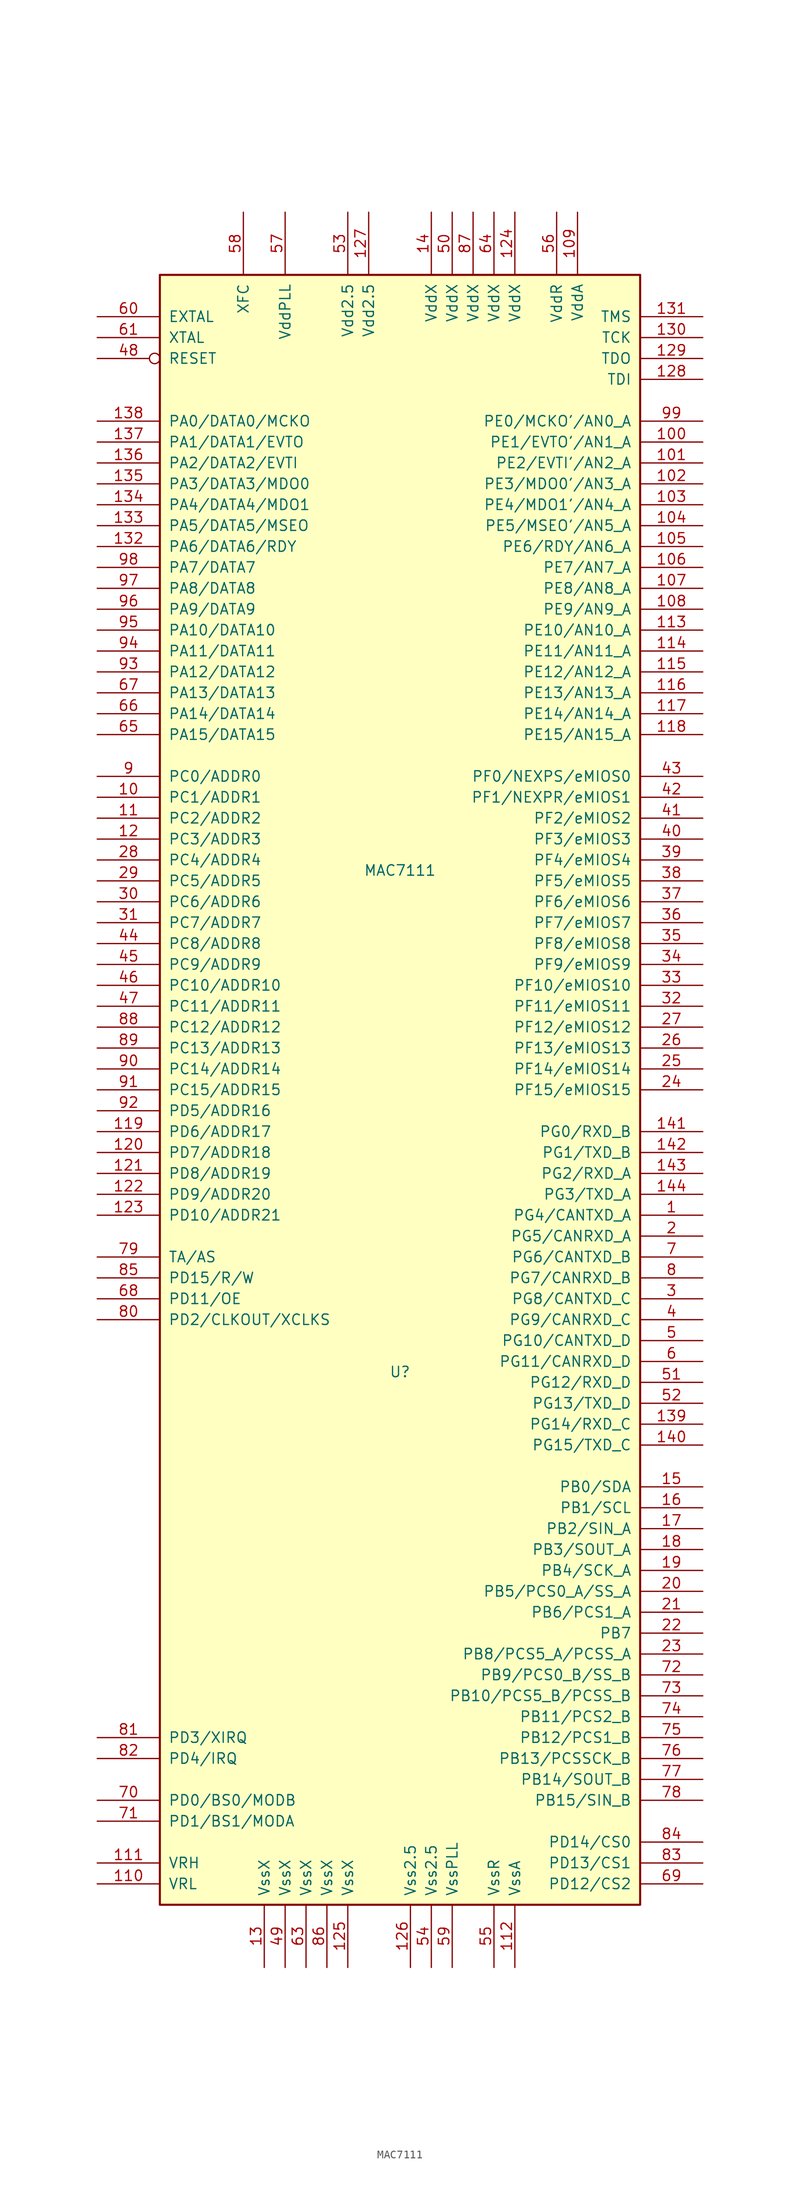
<source format=kicad_sym>
(kicad_symbol_lib
  (version 20201005)
  (generator kicad_symbol_editor)
  (symbol "MCU_NXP_MAC7100:MAC7111"
    (pin_names
      (offset 1.016))
    (property "Reference" "U"
      (at -1.27 -44.45 0)
      (effects (font (size 1.27 1.27))))
    (property "Value" "MAC7111"
      (at -1.27 16.51 0)
      (effects (font (size 1.27 1.27))))
    (symbol "MAC7111_0_1"
      (rectangle (start 27.94 -109.22) (end -30.48 88.9) (stroke (width 0.254)) (fill (type background))))
    (symbol "MAC7111_1_1"
      (pin bidirectional line (at 35.56 -25.4 180) (length 7.62) (name "PG4/CANTXD_A" (effects (font (size 1.27 1.27)))) (number "1" (effects (font (size 1.27 1.27)))))
      (pin bidirectional line (at -38.1 25.4 0) (length 7.62) (name "PC1/ADDR1" (effects (font (size 1.27 1.27)))) (number "10" (effects (font (size 1.27 1.27)))))
      (pin bidirectional line (at 35.56 68.58 180) (length 7.62) (name "PE1/EVTO'/AN1_A" (effects (font (size 1.27 1.27)))) (number "100" (effects (font (size 1.27 1.27)))))
      (pin bidirectional line (at 35.56 66.04 180) (length 7.62) (name "PE2/EVTI'/AN2_A" (effects (font (size 1.27 1.27)))) (number "101" (effects (font (size 1.27 1.27)))))
      (pin bidirectional line (at 35.56 63.5 180) (length 7.62) (name "PE3/MDO0'/AN3_A" (effects (font (size 1.27 1.27)))) (number "102" (effects (font (size 1.27 1.27)))))
      (pin bidirectional line (at 35.56 60.96 180) (length 7.62) (name "PE4/MDO1'/AN4_A" (effects (font (size 1.27 1.27)))) (number "103" (effects (font (size 1.27 1.27)))))
      (pin bidirectional line (at 35.56 58.42 180) (length 7.62) (name "PE5/MSEO'/AN5_A" (effects (font (size 1.27 1.27)))) (number "104" (effects (font (size 1.27 1.27)))))
      (pin bidirectional line (at 35.56 55.88 180) (length 7.62) (name "PE6/RDY/AN6_A" (effects (font (size 1.27 1.27)))) (number "105" (effects (font (size 1.27 1.27)))))
      (pin bidirectional line (at 35.56 53.34 180) (length 7.62) (name "PE7/AN7_A" (effects (font (size 1.27 1.27)))) (number "106" (effects (font (size 1.27 1.27)))))
      (pin bidirectional line (at 35.56 50.8 180) (length 7.62) (name "PE8/AN8_A" (effects (font (size 1.27 1.27)))) (number "107" (effects (font (size 1.27 1.27)))))
      (pin bidirectional line (at 35.56 48.26 180) (length 7.62) (name "PE9/AN9_A" (effects (font (size 1.27 1.27)))) (number "108" (effects (font (size 1.27 1.27)))))
      (pin power_in line (at 20.32 96.52 270) (length 7.62) (name "VddA" (effects (font (size 1.27 1.27)))) (number "109" (effects (font (size 1.27 1.27)))))
      (pin bidirectional line (at -38.1 22.86 0) (length 7.62) (name "PC2/ADDR2" (effects (font (size 1.27 1.27)))) (number "11" (effects (font (size 1.27 1.27)))))
      (pin passive line (at -38.1 -106.68 0) (length 7.62) (name "VRL" (effects (font (size 1.27 1.27)))) (number "110" (effects (font (size 1.27 1.27)))))
      (pin passive line (at -38.1 -104.14 0) (length 7.62) (name "VRH" (effects (font (size 1.27 1.27)))) (number "111" (effects (font (size 1.27 1.27)))))
      (pin power_in line (at 12.7 -116.84 90) (length 7.62) (name "VssA" (effects (font (size 1.27 1.27)))) (number "112" (effects (font (size 1.27 1.27)))))
      (pin bidirectional line (at 35.56 45.72 180) (length 7.62) (name "PE10/AN10_A" (effects (font (size 1.27 1.27)))) (number "113" (effects (font (size 1.27 1.27)))))
      (pin bidirectional line (at 35.56 43.18 180) (length 7.62) (name "PE11/AN11_A" (effects (font (size 1.27 1.27)))) (number "114" (effects (font (size 1.27 1.27)))))
      (pin bidirectional line (at 35.56 40.64 180) (length 7.62) (name "PE12/AN12_A" (effects (font (size 1.27 1.27)))) (number "115" (effects (font (size 1.27 1.27)))))
      (pin bidirectional line (at 35.56 38.1 180) (length 7.62) (name "PE13/AN13_A" (effects (font (size 1.27 1.27)))) (number "116" (effects (font (size 1.27 1.27)))))
      (pin bidirectional line (at 35.56 35.56 180) (length 7.62) (name "PE14/AN14_A" (effects (font (size 1.27 1.27)))) (number "117" (effects (font (size 1.27 1.27)))))
      (pin bidirectional line (at 35.56 33.02 180) (length 7.62) (name "PE15/AN15_A" (effects (font (size 1.27 1.27)))) (number "118" (effects (font (size 1.27 1.27)))))
      (pin bidirectional line (at -38.1 -15.24 0) (length 7.62) (name "PD6/ADDR17" (effects (font (size 1.27 1.27)))) (number "119" (effects (font (size 1.27 1.27)))))
      (pin bidirectional line (at -38.1 20.32 0) (length 7.62) (name "PC3/ADDR3" (effects (font (size 1.27 1.27)))) (number "12" (effects (font (size 1.27 1.27)))))
      (pin bidirectional line (at -38.1 -17.78 0) (length 7.62) (name "PD7/ADDR18" (effects (font (size 1.27 1.27)))) (number "120" (effects (font (size 1.27 1.27)))))
      (pin bidirectional line (at -38.1 -20.32 0) (length 7.62) (name "PD8/ADDR19" (effects (font (size 1.27 1.27)))) (number "121" (effects (font (size 1.27 1.27)))))
      (pin bidirectional line (at -38.1 -22.86 0) (length 7.62) (name "PD9/ADDR20" (effects (font (size 1.27 1.27)))) (number "122" (effects (font (size 1.27 1.27)))))
      (pin bidirectional line (at -38.1 -25.4 0) (length 7.62) (name "PD10/ADDR21" (effects (font (size 1.27 1.27)))) (number "123" (effects (font (size 1.27 1.27)))))
      (pin power_in line (at 12.7 96.52 270) (length 7.62) (name "VddX" (effects (font (size 1.27 1.27)))) (number "124" (effects (font (size 1.27 1.27)))))
      (pin power_in line (at -7.62 -116.84 90) (length 7.62) (name "VssX" (effects (font (size 1.27 1.27)))) (number "125" (effects (font (size 1.27 1.27)))))
      (pin power_in line (at 0 -116.84 90) (length 7.62) (name "Vss2.5" (effects (font (size 1.27 1.27)))) (number "126" (effects (font (size 1.27 1.27)))))
      (pin power_in line (at -5.08 96.52 270) (length 7.62) (name "Vdd2.5" (effects (font (size 1.27 1.27)))) (number "127" (effects (font (size 1.27 1.27)))))
      (pin input line (at 35.56 76.2 180) (length 7.62) (name "TDI" (effects (font (size 1.27 1.27)))) (number "128" (effects (font (size 1.27 1.27)))))
      (pin output line (at 35.56 78.74 180) (length 7.62) (name "TDO" (effects (font (size 1.27 1.27)))) (number "129" (effects (font (size 1.27 1.27)))))
      (pin power_in line (at -17.78 -116.84 90) (length 7.62) (name "VssX" (effects (font (size 1.27 1.27)))) (number "13" (effects (font (size 1.27 1.27)))))
      (pin input line (at 35.56 81.28 180) (length 7.62) (name "TCK" (effects (font (size 1.27 1.27)))) (number "130" (effects (font (size 1.27 1.27)))))
      (pin input line (at 35.56 83.82 180) (length 7.62) (name "TMS" (effects (font (size 1.27 1.27)))) (number "131" (effects (font (size 1.27 1.27)))))
      (pin bidirectional line (at -38.1 55.88 0) (length 7.62) (name "PA6/DATA6/RDY" (effects (font (size 1.27 1.27)))) (number "132" (effects (font (size 1.27 1.27)))))
      (pin bidirectional line (at -38.1 58.42 0) (length 7.62) (name "PA5/DATA5/MSEO" (effects (font (size 1.27 1.27)))) (number "133" (effects (font (size 1.27 1.27)))))
      (pin bidirectional line (at -38.1 60.96 0) (length 7.62) (name "PA4/DATA4/MDO1" (effects (font (size 1.27 1.27)))) (number "134" (effects (font (size 1.27 1.27)))))
      (pin bidirectional line (at -38.1 63.5 0) (length 7.62) (name "PA3/DATA3/MDO0" (effects (font (size 1.27 1.27)))) (number "135" (effects (font (size 1.27 1.27)))))
      (pin bidirectional line (at -38.1 66.04 0) (length 7.62) (name "PA2/DATA2/EVTI" (effects (font (size 1.27 1.27)))) (number "136" (effects (font (size 1.27 1.27)))))
      (pin bidirectional line (at -38.1 68.58 0) (length 7.62) (name "PA1/DATA1/EVTO" (effects (font (size 1.27 1.27)))) (number "137" (effects (font (size 1.27 1.27)))))
      (pin bidirectional line (at -38.1 71.12 0) (length 7.62) (name "PA0/DATA0/MCKO" (effects (font (size 1.27 1.27)))) (number "138" (effects (font (size 1.27 1.27)))))
      (pin bidirectional line (at 35.56 -50.8 180) (length 7.62) (name "PG14/RXD_C" (effects (font (size 1.27 1.27)))) (number "139" (effects (font (size 1.27 1.27)))))
      (pin power_in line (at 2.54 96.52 270) (length 7.62) (name "VddX" (effects (font (size 1.27 1.27)))) (number "14" (effects (font (size 1.27 1.27)))))
      (pin bidirectional line (at 35.56 -53.34 180) (length 7.62) (name "PG15/TXD_C" (effects (font (size 1.27 1.27)))) (number "140" (effects (font (size 1.27 1.27)))))
      (pin bidirectional line (at 35.56 -15.24 180) (length 7.62) (name "PG0/RXD_B" (effects (font (size 1.27 1.27)))) (number "141" (effects (font (size 1.27 1.27)))))
      (pin bidirectional line (at 35.56 -17.78 180) (length 7.62) (name "PG1/TXD_B" (effects (font (size 1.27 1.27)))) (number "142" (effects (font (size 1.27 1.27)))))
      (pin bidirectional line (at 35.56 -20.32 180) (length 7.62) (name "PG2/RXD_A" (effects (font (size 1.27 1.27)))) (number "143" (effects (font (size 1.27 1.27)))))
      (pin bidirectional line (at 35.56 -22.86 180) (length 7.62) (name "PG3/TXD_A" (effects (font (size 1.27 1.27)))) (number "144" (effects (font (size 1.27 1.27)))))
      (pin bidirectional line (at 35.56 -58.42 180) (length 7.62) (name "PB0/SDA" (effects (font (size 1.27 1.27)))) (number "15" (effects (font (size 1.27 1.27)))))
      (pin bidirectional line (at 35.56 -60.96 180) (length 7.62) (name "PB1/SCL" (effects (font (size 1.27 1.27)))) (number "16" (effects (font (size 1.27 1.27)))))
      (pin bidirectional line (at 35.56 -63.5 180) (length 7.62) (name "PB2/SIN_A" (effects (font (size 1.27 1.27)))) (number "17" (effects (font (size 1.27 1.27)))))
      (pin bidirectional line (at 35.56 -66.04 180) (length 7.62) (name "PB3/SOUT_A" (effects (font (size 1.27 1.27)))) (number "18" (effects (font (size 1.27 1.27)))))
      (pin bidirectional line (at 35.56 -68.58 180) (length 7.62) (name "PB4/SCK_A" (effects (font (size 1.27 1.27)))) (number "19" (effects (font (size 1.27 1.27)))))
      (pin bidirectional line (at 35.56 -27.94 180) (length 7.62) (name "PG5/CANRXD_A" (effects (font (size 1.27 1.27)))) (number "2" (effects (font (size 1.27 1.27)))))
      (pin bidirectional line (at 35.56 -71.12 180) (length 7.62) (name "PB5/PCS0_A/SS_A" (effects (font (size 1.27 1.27)))) (number "20" (effects (font (size 1.27 1.27)))))
      (pin bidirectional line (at 35.56 -73.66 180) (length 7.62) (name "PB6/PCS1_A" (effects (font (size 1.27 1.27)))) (number "21" (effects (font (size 1.27 1.27)))))
      (pin bidirectional line (at 35.56 -76.2 180) (length 7.62) (name "PB7" (effects (font (size 1.27 1.27)))) (number "22" (effects (font (size 1.27 1.27)))))
      (pin bidirectional line (at 35.56 -78.74 180) (length 7.62) (name "PB8/PCS5_A/PCSS_A" (effects (font (size 1.27 1.27)))) (number "23" (effects (font (size 1.27 1.27)))))
      (pin bidirectional line (at 35.56 -10.16 180) (length 7.62) (name "PF15/eMIOS15" (effects (font (size 1.27 1.27)))) (number "24" (effects (font (size 1.27 1.27)))))
      (pin bidirectional line (at 35.56 -7.62 180) (length 7.62) (name "PF14/eMIOS14" (effects (font (size 1.27 1.27)))) (number "25" (effects (font (size 1.27 1.27)))))
      (pin bidirectional line (at 35.56 -5.08 180) (length 7.62) (name "PF13/eMIOS13" (effects (font (size 1.27 1.27)))) (number "26" (effects (font (size 1.27 1.27)))))
      (pin bidirectional line (at 35.56 -2.54 180) (length 7.62) (name "PF12/eMIOS12" (effects (font (size 1.27 1.27)))) (number "27" (effects (font (size 1.27 1.27)))))
      (pin bidirectional line (at -38.1 17.78 0) (length 7.62) (name "PC4/ADDR4" (effects (font (size 1.27 1.27)))) (number "28" (effects (font (size 1.27 1.27)))))
      (pin bidirectional line (at -38.1 15.24 0) (length 7.62) (name "PC5/ADDR5" (effects (font (size 1.27 1.27)))) (number "29" (effects (font (size 1.27 1.27)))))
      (pin bidirectional line (at 35.56 -35.56 180) (length 7.62) (name "PG8/CANTXD_C" (effects (font (size 1.27 1.27)))) (number "3" (effects (font (size 1.27 1.27)))))
      (pin bidirectional line (at -38.1 12.7 0) (length 7.62) (name "PC6/ADDR6" (effects (font (size 1.27 1.27)))) (number "30" (effects (font (size 1.27 1.27)))))
      (pin bidirectional line (at -38.1 10.16 0) (length 7.62) (name "PC7/ADDR7" (effects (font (size 1.27 1.27)))) (number "31" (effects (font (size 1.27 1.27)))))
      (pin bidirectional line (at 35.56 0 180) (length 7.62) (name "PF11/eMIOS11" (effects (font (size 1.27 1.27)))) (number "32" (effects (font (size 1.27 1.27)))))
      (pin bidirectional line (at 35.56 2.54 180) (length 7.62) (name "PF10/eMIOS10" (effects (font (size 1.27 1.27)))) (number "33" (effects (font (size 1.27 1.27)))))
      (pin bidirectional line (at 35.56 5.08 180) (length 7.62) (name "PF9/eMIOS9" (effects (font (size 1.27 1.27)))) (number "34" (effects (font (size 1.27 1.27)))))
      (pin bidirectional line (at 35.56 7.62 180) (length 7.62) (name "PF8/eMIOS8" (effects (font (size 1.27 1.27)))) (number "35" (effects (font (size 1.27 1.27)))))
      (pin bidirectional line (at 35.56 10.16 180) (length 7.62) (name "PF7/eMIOS7" (effects (font (size 1.27 1.27)))) (number "36" (effects (font (size 1.27 1.27)))))
      (pin bidirectional line (at 35.56 12.7 180) (length 7.62) (name "PF6/eMIOS6" (effects (font (size 1.27 1.27)))) (number "37" (effects (font (size 1.27 1.27)))))
      (pin bidirectional line (at 35.56 15.24 180) (length 7.62) (name "PF5/eMIOS5" (effects (font (size 1.27 1.27)))) (number "38" (effects (font (size 1.27 1.27)))))
      (pin bidirectional line (at 35.56 17.78 180) (length 7.62) (name "PF4/eMIOS4" (effects (font (size 1.27 1.27)))) (number "39" (effects (font (size 1.27 1.27)))))
      (pin bidirectional line (at 35.56 -38.1 180) (length 7.62) (name "PG9/CANRXD_C" (effects (font (size 1.27 1.27)))) (number "4" (effects (font (size 1.27 1.27)))))
      (pin bidirectional line (at 35.56 20.32 180) (length 7.62) (name "PF3/eMIOS3" (effects (font (size 1.27 1.27)))) (number "40" (effects (font (size 1.27 1.27)))))
      (pin bidirectional line (at 35.56 22.86 180) (length 7.62) (name "PF2/eMIOS2" (effects (font (size 1.27 1.27)))) (number "41" (effects (font (size 1.27 1.27)))))
      (pin bidirectional line (at 35.56 25.4 180) (length 7.62) (name "PF1/NEXPR/eMIOS1" (effects (font (size 1.27 1.27)))) (number "42" (effects (font (size 1.27 1.27)))))
      (pin bidirectional line (at 35.56 27.94 180) (length 7.62) (name "PF0/NEXPS/eMIOS0" (effects (font (size 1.27 1.27)))) (number "43" (effects (font (size 1.27 1.27)))))
      (pin bidirectional line (at -38.1 7.62 0) (length 7.62) (name "PC8/ADDR8" (effects (font (size 1.27 1.27)))) (number "44" (effects (font (size 1.27 1.27)))))
      (pin bidirectional line (at -38.1 5.08 0) (length 7.62) (name "PC9/ADDR9" (effects (font (size 1.27 1.27)))) (number "45" (effects (font (size 1.27 1.27)))))
      (pin bidirectional line (at -38.1 2.54 0) (length 7.62) (name "PC10/ADDR10" (effects (font (size 1.27 1.27)))) (number "46" (effects (font (size 1.27 1.27)))))
      (pin bidirectional line (at -38.1 0 0) (length 7.62) (name "PC11/ADDR11" (effects (font (size 1.27 1.27)))) (number "47" (effects (font (size 1.27 1.27)))))
      (pin bidirectional inverted (at -38.1 78.74 0) (length 7.62) (name "RESET" (effects (font (size 1.27 1.27)))) (number "48" (effects (font (size 1.27 1.27)))))
      (pin power_in line (at -15.24 -116.84 90) (length 7.62) (name "VssX" (effects (font (size 1.27 1.27)))) (number "49" (effects (font (size 1.27 1.27)))))
      (pin bidirectional line (at 35.56 -40.64 180) (length 7.62) (name "PG10/CANTXD_D" (effects (font (size 1.27 1.27)))) (number "5" (effects (font (size 1.27 1.27)))))
      (pin power_in line (at 5.08 96.52 270) (length 7.62) (name "VddX" (effects (font (size 1.27 1.27)))) (number "50" (effects (font (size 1.27 1.27)))))
      (pin bidirectional line (at 35.56 -45.72 180) (length 7.62) (name "PG12/RXD_D" (effects (font (size 1.27 1.27)))) (number "51" (effects (font (size 1.27 1.27)))))
      (pin bidirectional line (at 35.56 -48.26 180) (length 7.62) (name "PG13/TXD_D" (effects (font (size 1.27 1.27)))) (number "52" (effects (font (size 1.27 1.27)))))
      (pin passive line (at -7.62 96.52 270) (length 7.62) (name "Vdd2.5" (effects (font (size 1.27 1.27)))) (number "53" (effects (font (size 1.27 1.27)))))
      (pin power_in line (at 2.54 -116.84 90) (length 7.62) (name "Vss2.5" (effects (font (size 1.27 1.27)))) (number "54" (effects (font (size 1.27 1.27)))))
      (pin power_in line (at 10.16 -116.84 90) (length 7.62) (name "VssR" (effects (font (size 1.27 1.27)))) (number "55" (effects (font (size 1.27 1.27)))))
      (pin power_in line (at 17.78 96.52 270) (length 7.62) (name "VddR" (effects (font (size 1.27 1.27)))) (number "56" (effects (font (size 1.27 1.27)))))
      (pin passive line (at -15.24 96.52 270) (length 7.62) (name "VddPLL" (effects (font (size 1.27 1.27)))) (number "57" (effects (font (size 1.27 1.27)))))
      (pin bidirectional line (at -20.32 96.52 270) (length 7.62) (name "XFC" (effects (font (size 1.27 1.27)))) (number "58" (effects (font (size 1.27 1.27)))))
      (pin passive line (at 5.08 -116.84 90) (length 7.62) (name "VssPLL" (effects (font (size 1.27 1.27)))) (number "59" (effects (font (size 1.27 1.27)))))
      (pin bidirectional line (at 35.56 -43.18 180) (length 7.62) (name "PG11/CANRXD_D" (effects (font (size 1.27 1.27)))) (number "6" (effects (font (size 1.27 1.27)))))
      (pin input line (at -38.1 83.82 0) (length 7.62) (name "EXTAL" (effects (font (size 1.27 1.27)))) (number "60" (effects (font (size 1.27 1.27)))))
      (pin output line (at -38.1 81.28 0) (length 7.62) (name "XTAL" (effects (font (size 1.27 1.27)))) (number "61" (effects (font (size 1.27 1.27)))))
      (pin power_in line (at -12.7 -116.84 90) (length 7.62) (name "VssX" (effects (font (size 1.27 1.27)))) (number "63" (effects (font (size 1.27 1.27)))))
      (pin power_in line (at 10.16 96.52 270) (length 7.62) (name "VddX" (effects (font (size 1.27 1.27)))) (number "64" (effects (font (size 1.27 1.27)))))
      (pin bidirectional line (at -38.1 33.02 0) (length 7.62) (name "PA15/DATA15" (effects (font (size 1.27 1.27)))) (number "65" (effects (font (size 1.27 1.27)))))
      (pin bidirectional line (at -38.1 35.56 0) (length 7.62) (name "PA14/DATA14" (effects (font (size 1.27 1.27)))) (number "66" (effects (font (size 1.27 1.27)))))
      (pin bidirectional line (at -38.1 38.1 0) (length 7.62) (name "PA13/DATA13" (effects (font (size 1.27 1.27)))) (number "67" (effects (font (size 1.27 1.27)))))
      (pin bidirectional line (at -38.1 -35.56 0) (length 7.62) (name "PD11/OE" (effects (font (size 1.27 1.27)))) (number "68" (effects (font (size 1.27 1.27)))))
      (pin bidirectional line (at 35.56 -106.68 180) (length 7.62) (name "PD12/CS2" (effects (font (size 1.27 1.27)))) (number "69" (effects (font (size 1.27 1.27)))))
      (pin bidirectional line (at 35.56 -30.48 180) (length 7.62) (name "PG6/CANTXD_B" (effects (font (size 1.27 1.27)))) (number "7" (effects (font (size 1.27 1.27)))))
      (pin bidirectional line (at -38.1 -96.52 0) (length 7.62) (name "PD0/BS0/MODB" (effects (font (size 1.27 1.27)))) (number "70" (effects (font (size 1.27 1.27)))))
      (pin bidirectional line (at -38.1 -99.06 0) (length 7.62) (name "PD1/BS1/MODA" (effects (font (size 1.27 1.27)))) (number "71" (effects (font (size 1.27 1.27)))))
      (pin bidirectional line (at 35.56 -81.28 180) (length 7.62) (name "PB9/PCS0_B/SS_B" (effects (font (size 1.27 1.27)))) (number "72" (effects (font (size 1.27 1.27)))))
      (pin bidirectional line (at 35.56 -83.82 180) (length 7.62) (name "PB10/PCS5_B/PCSS_B" (effects (font (size 1.27 1.27)))) (number "73" (effects (font (size 1.27 1.27)))))
      (pin bidirectional line (at 35.56 -86.36 180) (length 7.62) (name "PB11/PCS2_B" (effects (font (size 1.27 1.27)))) (number "74" (effects (font (size 1.27 1.27)))))
      (pin bidirectional line (at 35.56 -88.9 180) (length 7.62) (name "PB12/PCS1_B" (effects (font (size 1.27 1.27)))) (number "75" (effects (font (size 1.27 1.27)))))
      (pin bidirectional line (at 35.56 -91.44 180) (length 7.62) (name "PB13/PCSSCK_B" (effects (font (size 1.27 1.27)))) (number "76" (effects (font (size 1.27 1.27)))))
      (pin bidirectional line (at 35.56 -93.98 180) (length 7.62) (name "PB14/SOUT_B" (effects (font (size 1.27 1.27)))) (number "77" (effects (font (size 1.27 1.27)))))
      (pin bidirectional line (at 35.56 -96.52 180) (length 7.62) (name "PB15/SIN_B" (effects (font (size 1.27 1.27)))) (number "78" (effects (font (size 1.27 1.27)))))
      (pin bidirectional line (at -38.1 -30.48 0) (length 7.62) (name "TA/AS" (effects (font (size 1.27 1.27)))) (number "79" (effects (font (size 1.27 1.27)))))
      (pin bidirectional line (at 35.56 -33.02 180) (length 7.62) (name "PG7/CANRXD_B" (effects (font (size 1.27 1.27)))) (number "8" (effects (font (size 1.27 1.27)))))
      (pin bidirectional line (at -38.1 -38.1 0) (length 7.62) (name "PD2/CLKOUT/XCLKS" (effects (font (size 1.27 1.27)))) (number "80" (effects (font (size 1.27 1.27)))))
      (pin bidirectional line (at -38.1 -88.9 0) (length 7.62) (name "PD3/XIRQ" (effects (font (size 1.27 1.27)))) (number "81" (effects (font (size 1.27 1.27)))))
      (pin bidirectional line (at -38.1 -91.44 0) (length 7.62) (name "PD4/IRQ" (effects (font (size 1.27 1.27)))) (number "82" (effects (font (size 1.27 1.27)))))
      (pin bidirectional line (at 35.56 -104.14 180) (length 7.62) (name "PD13/CS1" (effects (font (size 1.27 1.27)))) (number "83" (effects (font (size 1.27 1.27)))))
      (pin bidirectional line (at 35.56 -101.6 180) (length 7.62) (name "PD14/CS0" (effects (font (size 1.27 1.27)))) (number "84" (effects (font (size 1.27 1.27)))))
      (pin bidirectional line (at -38.1 -33.02 0) (length 7.62) (name "PD15/R/W" (effects (font (size 1.27 1.27)))) (number "85" (effects (font (size 1.27 1.27)))))
      (pin power_in line (at -10.16 -116.84 90) (length 7.62) (name "VssX" (effects (font (size 1.27 1.27)))) (number "86" (effects (font (size 1.27 1.27)))))
      (pin power_in line (at 7.62 96.52 270) (length 7.62) (name "VddX" (effects (font (size 1.27 1.27)))) (number "87" (effects (font (size 1.27 1.27)))))
      (pin bidirectional line (at -38.1 -2.54 0) (length 7.62) (name "PC12/ADDR12" (effects (font (size 1.27 1.27)))) (number "88" (effects (font (size 1.27 1.27)))))
      (pin bidirectional line (at -38.1 -5.08 0) (length 7.62) (name "PC13/ADDR13" (effects (font (size 1.27 1.27)))) (number "89" (effects (font (size 1.27 1.27)))))
      (pin bidirectional line (at -38.1 27.94 0) (length 7.62) (name "PC0/ADDR0" (effects (font (size 1.27 1.27)))) (number "9" (effects (font (size 1.27 1.27)))))
      (pin bidirectional line (at -38.1 -7.62 0) (length 7.62) (name "PC14/ADDR14" (effects (font (size 1.27 1.27)))) (number "90" (effects (font (size 1.27 1.27)))))
      (pin bidirectional line (at -38.1 -10.16 0) (length 7.62) (name "PC15/ADDR15" (effects (font (size 1.27 1.27)))) (number "91" (effects (font (size 1.27 1.27)))))
      (pin bidirectional line (at -38.1 -12.7 0) (length 7.62) (name "PD5/ADDR16" (effects (font (size 1.27 1.27)))) (number "92" (effects (font (size 1.27 1.27)))))
      (pin bidirectional line (at -38.1 40.64 0) (length 7.62) (name "PA12/DATA12" (effects (font (size 1.27 1.27)))) (number "93" (effects (font (size 1.27 1.27)))))
      (pin bidirectional line (at -38.1 43.18 0) (length 7.62) (name "PA11/DATA11" (effects (font (size 1.27 1.27)))) (number "94" (effects (font (size 1.27 1.27)))))
      (pin bidirectional line (at -38.1 45.72 0) (length 7.62) (name "PA10/DATA10" (effects (font (size 1.27 1.27)))) (number "95" (effects (font (size 1.27 1.27)))))
      (pin bidirectional line (at -38.1 48.26 0) (length 7.62) (name "PA9/DATA9" (effects (font (size 1.27 1.27)))) (number "96" (effects (font (size 1.27 1.27)))))
      (pin bidirectional line (at -38.1 50.8 0) (length 7.62) (name "PA8/DATA8" (effects (font (size 1.27 1.27)))) (number "97" (effects (font (size 1.27 1.27)))))
      (pin bidirectional line (at -38.1 53.34 0) (length 7.62) (name "PA7/DATA7" (effects (font (size 1.27 1.27)))) (number "98" (effects (font (size 1.27 1.27)))))
      (pin bidirectional line (at 35.56 71.12 180) (length 7.62) (name "PE0/MCKO'/AN0_A" (effects (font (size 1.27 1.27)))) (number "99" (effects (font (size 1.27 1.27))))))))
</source>
